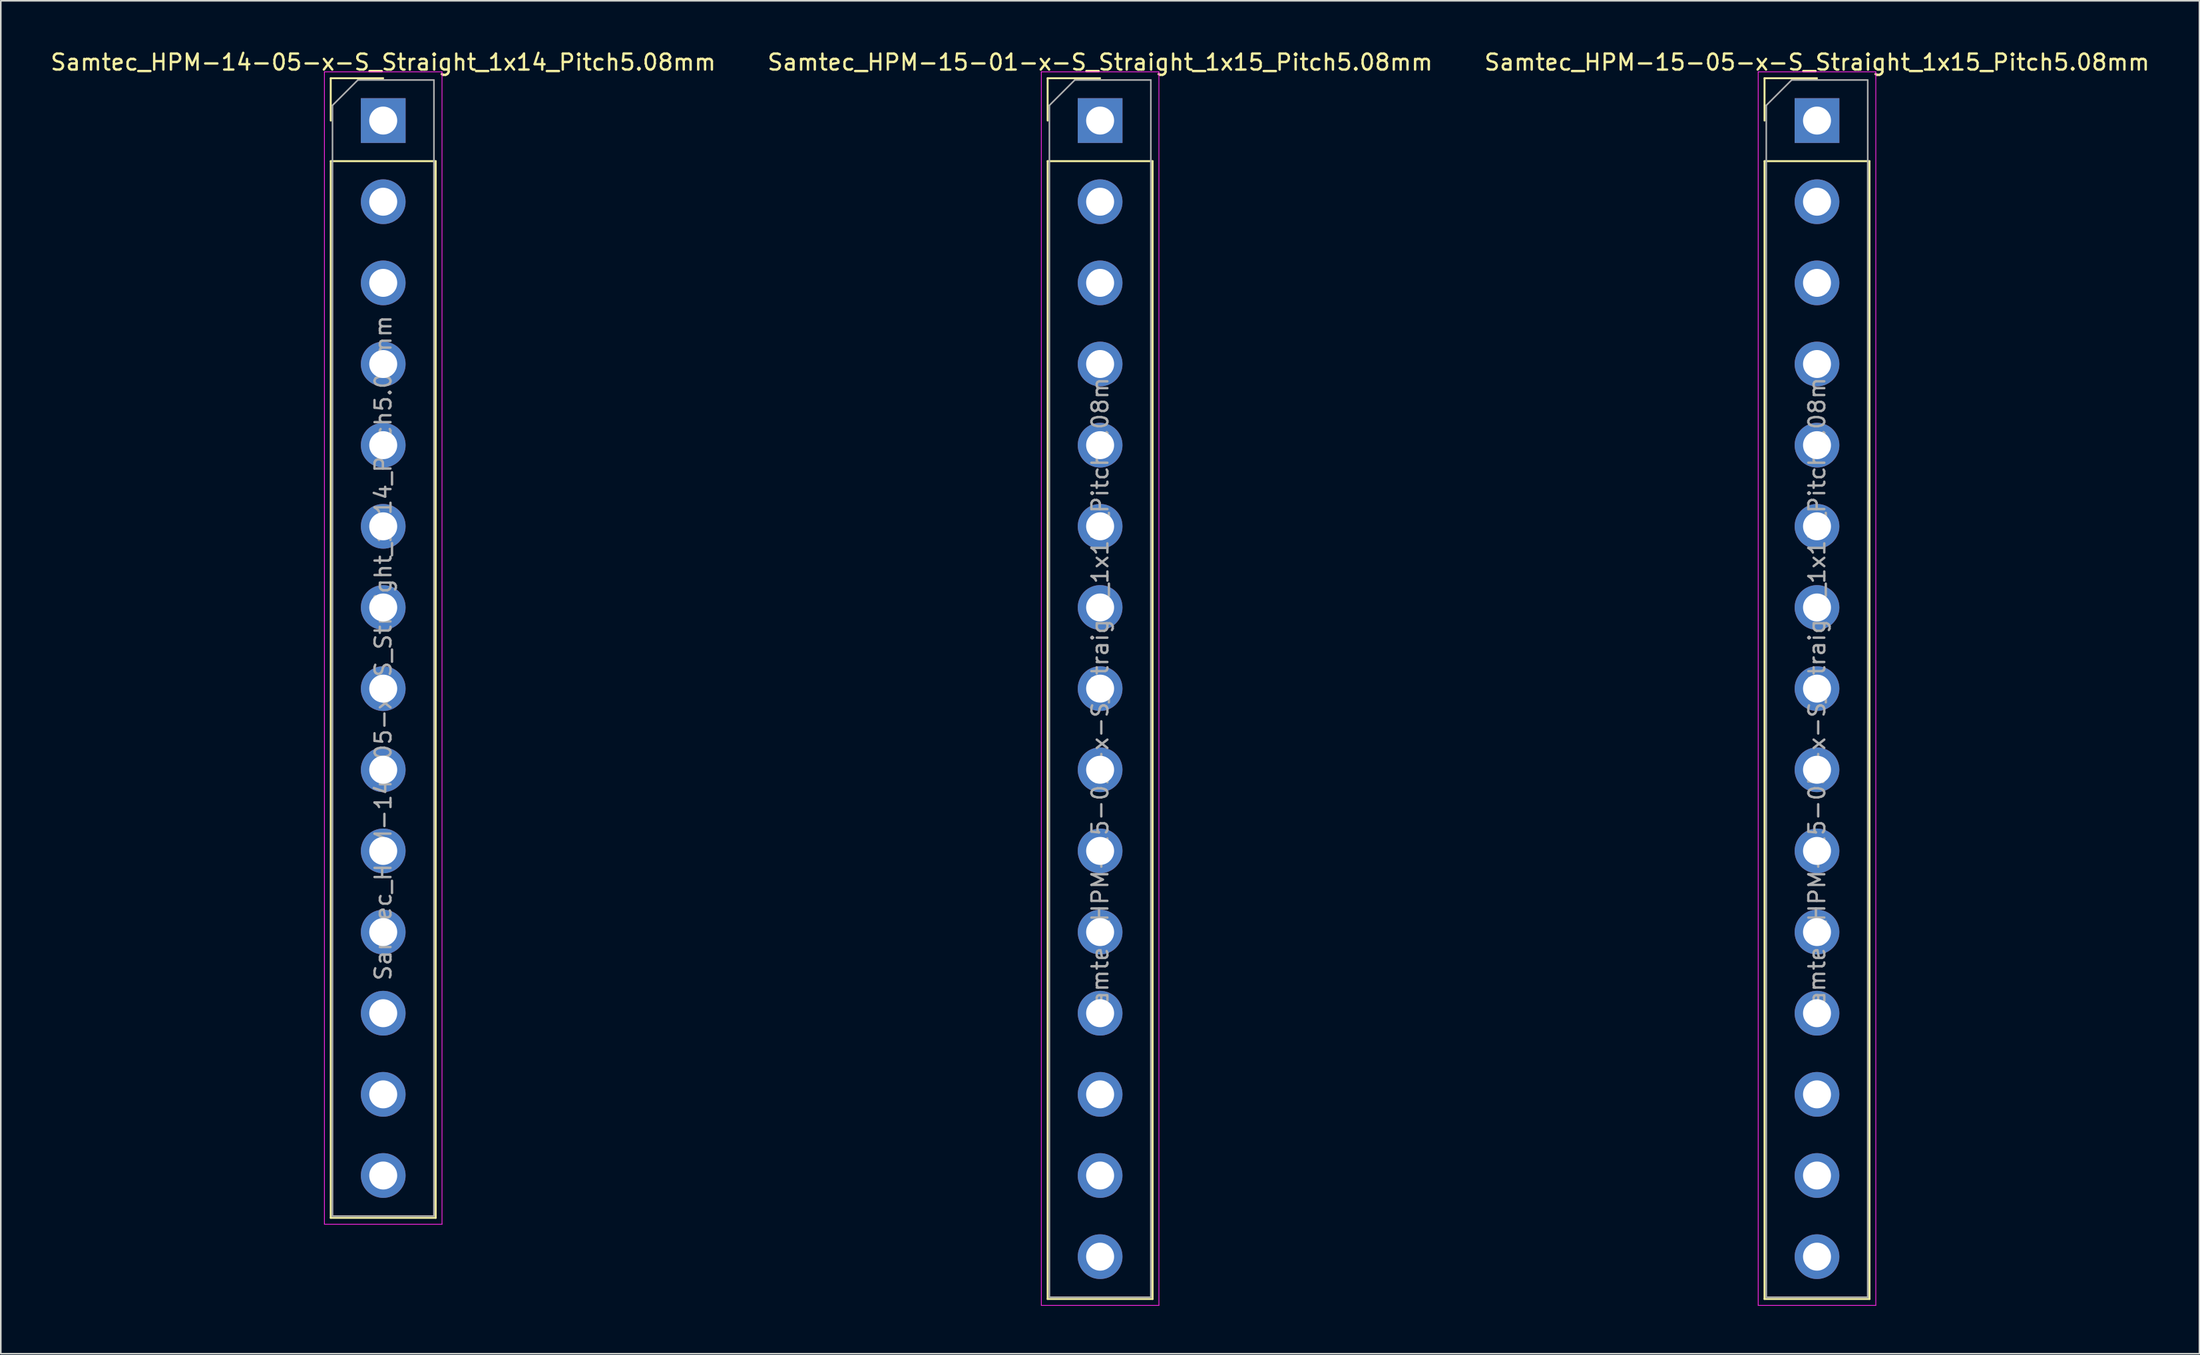
<source format=kicad_pcb>
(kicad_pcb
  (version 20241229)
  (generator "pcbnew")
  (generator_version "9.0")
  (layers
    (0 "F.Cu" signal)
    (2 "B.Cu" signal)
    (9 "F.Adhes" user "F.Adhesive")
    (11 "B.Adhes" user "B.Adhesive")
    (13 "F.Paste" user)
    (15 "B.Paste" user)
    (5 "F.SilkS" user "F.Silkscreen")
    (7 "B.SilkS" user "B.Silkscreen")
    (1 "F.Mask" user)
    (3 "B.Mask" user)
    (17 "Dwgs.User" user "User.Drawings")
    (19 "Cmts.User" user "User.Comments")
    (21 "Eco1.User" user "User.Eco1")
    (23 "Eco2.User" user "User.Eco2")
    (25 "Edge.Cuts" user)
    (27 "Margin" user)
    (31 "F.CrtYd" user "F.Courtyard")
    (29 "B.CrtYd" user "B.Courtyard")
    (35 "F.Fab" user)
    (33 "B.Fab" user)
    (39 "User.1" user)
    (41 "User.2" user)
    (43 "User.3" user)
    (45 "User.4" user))
  (footprint "Samtec_HPM-15-05-x-S_Straight_1x15_Pitch5.08mm"
    (layer "F.Cu")
    (at 110.673 4.498)
    (property "Reference" "Samtec_HPM-15-05-x-S_Straight_1x15_Pitch5.08mm" (at 0 -3.65 0) (layer "F.SilkS") (effects (font (size 1 1) (thickness 0.15))))
    (attr through_hole)
    (fp_line (start -3.285 -2.65) (end 0 -2.65) (stroke (width 0.12) (type solid)) (layer "F.SilkS"))
    (fp_line (start -3.285 0) (end -3.285 -2.65) (stroke (width 0.12) (type solid)) (layer "F.SilkS"))
    (fp_line (start -3.285 2.54) (end -3.285 73.77) (stroke (width 0.12) (type solid)) (layer "F.SilkS"))
    (fp_line (start -3.285 2.54) (end 3.285 2.54) (stroke (width 0.12) (type solid)) (layer "F.SilkS"))
    (fp_line (start -3.285 73.77) (end 3.285 73.77) (stroke (width 0.12) (type solid)) (layer "F.SilkS"))
    (fp_line (start 3.285 2.54) (end 3.285 73.77) (stroke (width 0.12) (type solid)) (layer "F.SilkS"))
    (fp_line (start -3.68 -3.05) (end -3.68 74.17) (stroke (width 0.05) (type solid)) (layer "F.CrtYd"))
    (fp_line (start -3.68 74.17) (end 3.68 74.17) (stroke (width 0.05) (type solid)) (layer "F.CrtYd"))
    (fp_line (start 3.68 -3.05) (end -3.68 -3.05) (stroke (width 0.05) (type solid)) (layer "F.CrtYd"))
    (fp_line (start 3.68 74.17) (end 3.68 -3.05) (stroke (width 0.05) (type solid)) (layer "F.CrtYd"))
    (fp_line (start -3.175 -0.953) (end -1.587 -2.54) (stroke (width 0.1) (type solid)) (layer "F.Fab"))
    (fp_line (start -3.175 73.66) (end -3.175 -0.953) (stroke (width 0.1) (type solid)) (layer "F.Fab"))
    (fp_line (start -1.587 -2.54) (end 3.175 -2.54) (stroke (width 0.1) (type solid)) (layer "F.Fab"))
    (fp_line (start 3.175 -2.54) (end 3.175 73.66) (stroke (width 0.1) (type solid)) (layer "F.Fab"))
    (fp_line (start 3.175 73.66) (end -3.175 73.66) (stroke (width 0.1) (type solid)) (layer "F.Fab"))
    (fp_text user "${REFERENCE}" (at 0 35.56 90) (layer "F.Fab") (effects (font (size 1 1) (thickness 0.15))))
    (pad "1" thru_hole rect (at 0 0) (size 2.8 2.8) (drill 1.75) (layers "*.Cu" "*.Mask"))
    (pad "2" thru_hole circle (at 0 5.08) (size 2.8 2.8) (drill 1.75) (layers "*.Cu" "*.Mask"))
    (pad "3" thru_hole circle (at 0 10.16) (size 2.8 2.8) (drill 1.75) (layers "*.Cu" "*.Mask"))
    (pad "4" thru_hole circle (at 0 15.24) (size 2.8 2.8) (drill 1.75) (layers "*.Cu" "*.Mask"))
    (pad "5" thru_hole circle (at 0 20.32) (size 2.8 2.8) (drill 1.75) (layers "*.Cu" "*.Mask"))
    (pad "6" thru_hole circle (at 0 25.4) (size 2.8 2.8) (drill 1.75) (layers "*.Cu" "*.Mask"))
    (pad "7" thru_hole circle (at 0 30.48) (size 2.8 2.8) (drill 1.75) (layers "*.Cu" "*.Mask"))
    (pad "8" thru_hole circle (at 0 35.56) (size 2.8 2.8) (drill 1.75) (layers "*.Cu" "*.Mask"))
    (pad "9" thru_hole circle (at 0 40.64) (size 2.8 2.8) (drill 1.75) (layers "*.Cu" "*.Mask"))
    (pad "10" thru_hole circle (at 0 45.72) (size 2.8 2.8) (drill 1.75) (layers "*.Cu" "*.Mask"))
    (pad "11" thru_hole circle (at 0 50.8) (size 2.8 2.8) (drill 1.75) (layers "*.Cu" "*.Mask"))
    (pad "12" thru_hole circle (at 0 55.88) (size 2.8 2.8) (drill 1.75) (layers "*.Cu" "*.Mask"))
    (pad "13" thru_hole circle (at 0 60.96) (size 2.8 2.8) (drill 1.75) (layers "*.Cu" "*.Mask"))
    (pad "14" thru_hole circle (at 0 66.04) (size 2.8 2.8) (drill 1.75) (layers "*.Cu" "*.Mask"))
    (pad "15" thru_hole circle (at 0 71.12) (size 2.8 2.8) (drill 1.75) (layers "*.Cu" "*.Mask")))
  (footprint "Samtec_HPM-14-05-x-S_Straight_1x14_Pitch5.08mm"
    (layer "F.Cu")
    (at 20.935 4.498)
    (property "Reference" "Samtec_HPM-14-05-x-S_Straight_1x14_Pitch5.08mm" (at 0 -3.65 0) (layer "F.SilkS") (effects (font (size 1 1) (thickness 0.15))))
    (attr through_hole)
    (fp_line (start -3.285 -2.65) (end 0 -2.65) (stroke (width 0.12) (type solid)) (layer "F.SilkS"))
    (fp_line (start -3.285 0) (end -3.285 -2.65) (stroke (width 0.12) (type solid)) (layer "F.SilkS"))
    (fp_line (start -3.285 2.54) (end -3.285 68.69) (stroke (width 0.12) (type solid)) (layer "F.SilkS"))
    (fp_line (start -3.285 2.54) (end 3.285 2.54) (stroke (width 0.12) (type solid)) (layer "F.SilkS"))
    (fp_line (start -3.285 68.69) (end 3.285 68.69) (stroke (width 0.12) (type solid)) (layer "F.SilkS"))
    (fp_line (start 3.285 2.54) (end 3.285 68.69) (stroke (width 0.12) (type solid)) (layer "F.SilkS"))
    (fp_line (start -3.68 -3.05) (end -3.68 69.09) (stroke (width 0.05) (type solid)) (layer "F.CrtYd"))
    (fp_line (start -3.68 69.09) (end 3.68 69.09) (stroke (width 0.05) (type solid)) (layer "F.CrtYd"))
    (fp_line (start 3.68 -3.05) (end -3.68 -3.05) (stroke (width 0.05) (type solid)) (layer "F.CrtYd"))
    (fp_line (start 3.68 69.09) (end 3.68 -3.05) (stroke (width 0.05) (type solid)) (layer "F.CrtYd"))
    (fp_line (start -3.175 -0.953) (end -1.587 -2.54) (stroke (width 0.1) (type solid)) (layer "F.Fab"))
    (fp_line (start -3.175 68.58) (end -3.175 -0.953) (stroke (width 0.1) (type solid)) (layer "F.Fab"))
    (fp_line (start -1.587 -2.54) (end 3.175 -2.54) (stroke (width 0.1) (type solid)) (layer "F.Fab"))
    (fp_line (start 3.175 -2.54) (end 3.175 68.58) (stroke (width 0.1) (type solid)) (layer "F.Fab"))
    (fp_line (start 3.175 68.58) (end -3.175 68.58) (stroke (width 0.1) (type solid)) (layer "F.Fab"))
    (fp_text user "${REFERENCE}" (at 0 33.02 90) (layer "F.Fab") (effects (font (size 1 1) (thickness 0.15))))
    (pad "1" thru_hole rect (at 0 0) (size 2.8 2.8) (drill 1.75) (layers "*.Cu" "*.Mask"))
    (pad "2" thru_hole circle (at 0 5.08) (size 2.8 2.8) (drill 1.75) (layers "*.Cu" "*.Mask"))
    (pad "3" thru_hole circle (at 0 10.16) (size 2.8 2.8) (drill 1.75) (layers "*.Cu" "*.Mask"))
    (pad "4" thru_hole circle (at 0 15.24) (size 2.8 2.8) (drill 1.75) (layers "*.Cu" "*.Mask"))
    (pad "5" thru_hole circle (at 0 20.32) (size 2.8 2.8) (drill 1.75) (layers "*.Cu" "*.Mask"))
    (pad "6" thru_hole circle (at 0 25.4) (size 2.8 2.8) (drill 1.75) (layers "*.Cu" "*.Mask"))
    (pad "7" thru_hole circle (at 0 30.48) (size 2.8 2.8) (drill 1.75) (layers "*.Cu" "*.Mask"))
    (pad "8" thru_hole circle (at 0 35.56) (size 2.8 2.8) (drill 1.75) (layers "*.Cu" "*.Mask"))
    (pad "9" thru_hole circle (at 0 40.64) (size 2.8 2.8) (drill 1.75) (layers "*.Cu" "*.Mask"))
    (pad "10" thru_hole circle (at 0 45.72) (size 2.8 2.8) (drill 1.75) (layers "*.Cu" "*.Mask"))
    (pad "11" thru_hole circle (at 0 50.8) (size 2.8 2.8) (drill 1.75) (layers "*.Cu" "*.Mask"))
    (pad "12" thru_hole circle (at 0 55.88) (size 2.8 2.8) (drill 1.75) (layers "*.Cu" "*.Mask"))
    (pad "13" thru_hole circle (at 0 60.96) (size 2.8 2.8) (drill 1.75) (layers "*.Cu" "*.Mask"))
    (pad "14" thru_hole circle (at 0 66.04) (size 2.8 2.8) (drill 1.75) (layers "*.Cu" "*.Mask")))
  (footprint "Samtec_HPM-15-01-x-S_Straight_1x15_Pitch5.08mm"
    (layer "F.Cu")
    (at 65.804 4.498)
    (property "Reference" "Samtec_HPM-15-01-x-S_Straight_1x15_Pitch5.08mm" (at 0 -3.65 0) (layer "F.SilkS") (effects (font (size 1 1) (thickness 0.15))))
    (attr through_hole)
    (fp_line (start -3.285 -2.65) (end 0 -2.65) (stroke (width 0.12) (type solid)) (layer "F.SilkS"))
    (fp_line (start -3.285 0) (end -3.285 -2.65) (stroke (width 0.12) (type solid)) (layer "F.SilkS"))
    (fp_line (start -3.285 2.54) (end -3.285 73.77) (stroke (width 0.12) (type solid)) (layer "F.SilkS"))
    (fp_line (start -3.285 2.54) (end 3.285 2.54) (stroke (width 0.12) (type solid)) (layer "F.SilkS"))
    (fp_line (start -3.285 73.77) (end 3.285 73.77) (stroke (width 0.12) (type solid)) (layer "F.SilkS"))
    (fp_line (start 3.285 2.54) (end 3.285 73.77) (stroke (width 0.12) (type solid)) (layer "F.SilkS"))
    (fp_line (start -3.68 -3.05) (end -3.68 74.17) (stroke (width 0.05) (type solid)) (layer "F.CrtYd"))
    (fp_line (start -3.68 74.17) (end 3.68 74.17) (stroke (width 0.05) (type solid)) (layer "F.CrtYd"))
    (fp_line (start 3.68 -3.05) (end -3.68 -3.05) (stroke (width 0.05) (type solid)) (layer "F.CrtYd"))
    (fp_line (start 3.68 74.17) (end 3.68 -3.05) (stroke (width 0.05) (type solid)) (layer "F.CrtYd"))
    (fp_line (start -3.175 -0.953) (end -1.587 -2.54) (stroke (width 0.1) (type solid)) (layer "F.Fab"))
    (fp_line (start -3.175 73.66) (end -3.175 -0.953) (stroke (width 0.1) (type solid)) (layer "F.Fab"))
    (fp_line (start -1.587 -2.54) (end 3.175 -2.54) (stroke (width 0.1) (type solid)) (layer "F.Fab"))
    (fp_line (start 3.175 -2.54) (end 3.175 73.66) (stroke (width 0.1) (type solid)) (layer "F.Fab"))
    (fp_line (start 3.175 73.66) (end -3.175 73.66) (stroke (width 0.1) (type solid)) (layer "F.Fab"))
    (fp_text user "${REFERENCE}" (at 0 35.56 90) (layer "F.Fab") (effects (font (size 1 1) (thickness 0.15))))
    (pad "1" thru_hole rect (at 0 0) (size 2.8 2.8) (drill 1.75) (layers "*.Cu" "*.Mask"))
    (pad "2" thru_hole circle (at 0 5.08) (size 2.8 2.8) (drill 1.75) (layers "*.Cu" "*.Mask"))
    (pad "3" thru_hole circle (at 0 10.16) (size 2.8 2.8) (drill 1.75) (layers "*.Cu" "*.Mask"))
    (pad "4" thru_hole circle (at 0 15.24) (size 2.8 2.8) (drill 1.75) (layers "*.Cu" "*.Mask"))
    (pad "5" thru_hole circle (at 0 20.32) (size 2.8 2.8) (drill 1.75) (layers "*.Cu" "*.Mask"))
    (pad "6" thru_hole circle (at 0 25.4) (size 2.8 2.8) (drill 1.75) (layers "*.Cu" "*.Mask"))
    (pad "7" thru_hole circle (at 0 30.48) (size 2.8 2.8) (drill 1.75) (layers "*.Cu" "*.Mask"))
    (pad "8" thru_hole circle (at 0 35.56) (size 2.8 2.8) (drill 1.75) (layers "*.Cu" "*.Mask"))
    (pad "9" thru_hole circle (at 0 40.64) (size 2.8 2.8) (drill 1.75) (layers "*.Cu" "*.Mask"))
    (pad "10" thru_hole circle (at 0 45.72) (size 2.8 2.8) (drill 1.75) (layers "*.Cu" "*.Mask"))
    (pad "11" thru_hole circle (at 0 50.8) (size 2.8 2.8) (drill 1.75) (layers "*.Cu" "*.Mask"))
    (pad "12" thru_hole circle (at 0 55.88) (size 2.8 2.8) (drill 1.75) (layers "*.Cu" "*.Mask"))
    (pad "13" thru_hole circle (at 0 60.96) (size 2.8 2.8) (drill 1.75) (layers "*.Cu" "*.Mask"))
    (pad "14" thru_hole circle (at 0 66.04) (size 2.8 2.8) (drill 1.75) (layers "*.Cu" "*.Mask"))
    (pad "15" thru_hole circle (at 0 71.12) (size 2.8 2.8) (drill 1.75) (layers "*.Cu" "*.Mask")))
  (gr_rect
    (start -3 -3)
    (end 134.607 81.693)
    (stroke (width 0.1) (type default))
    (fill no)
    (layer "Edge.Cuts")))
</source>
